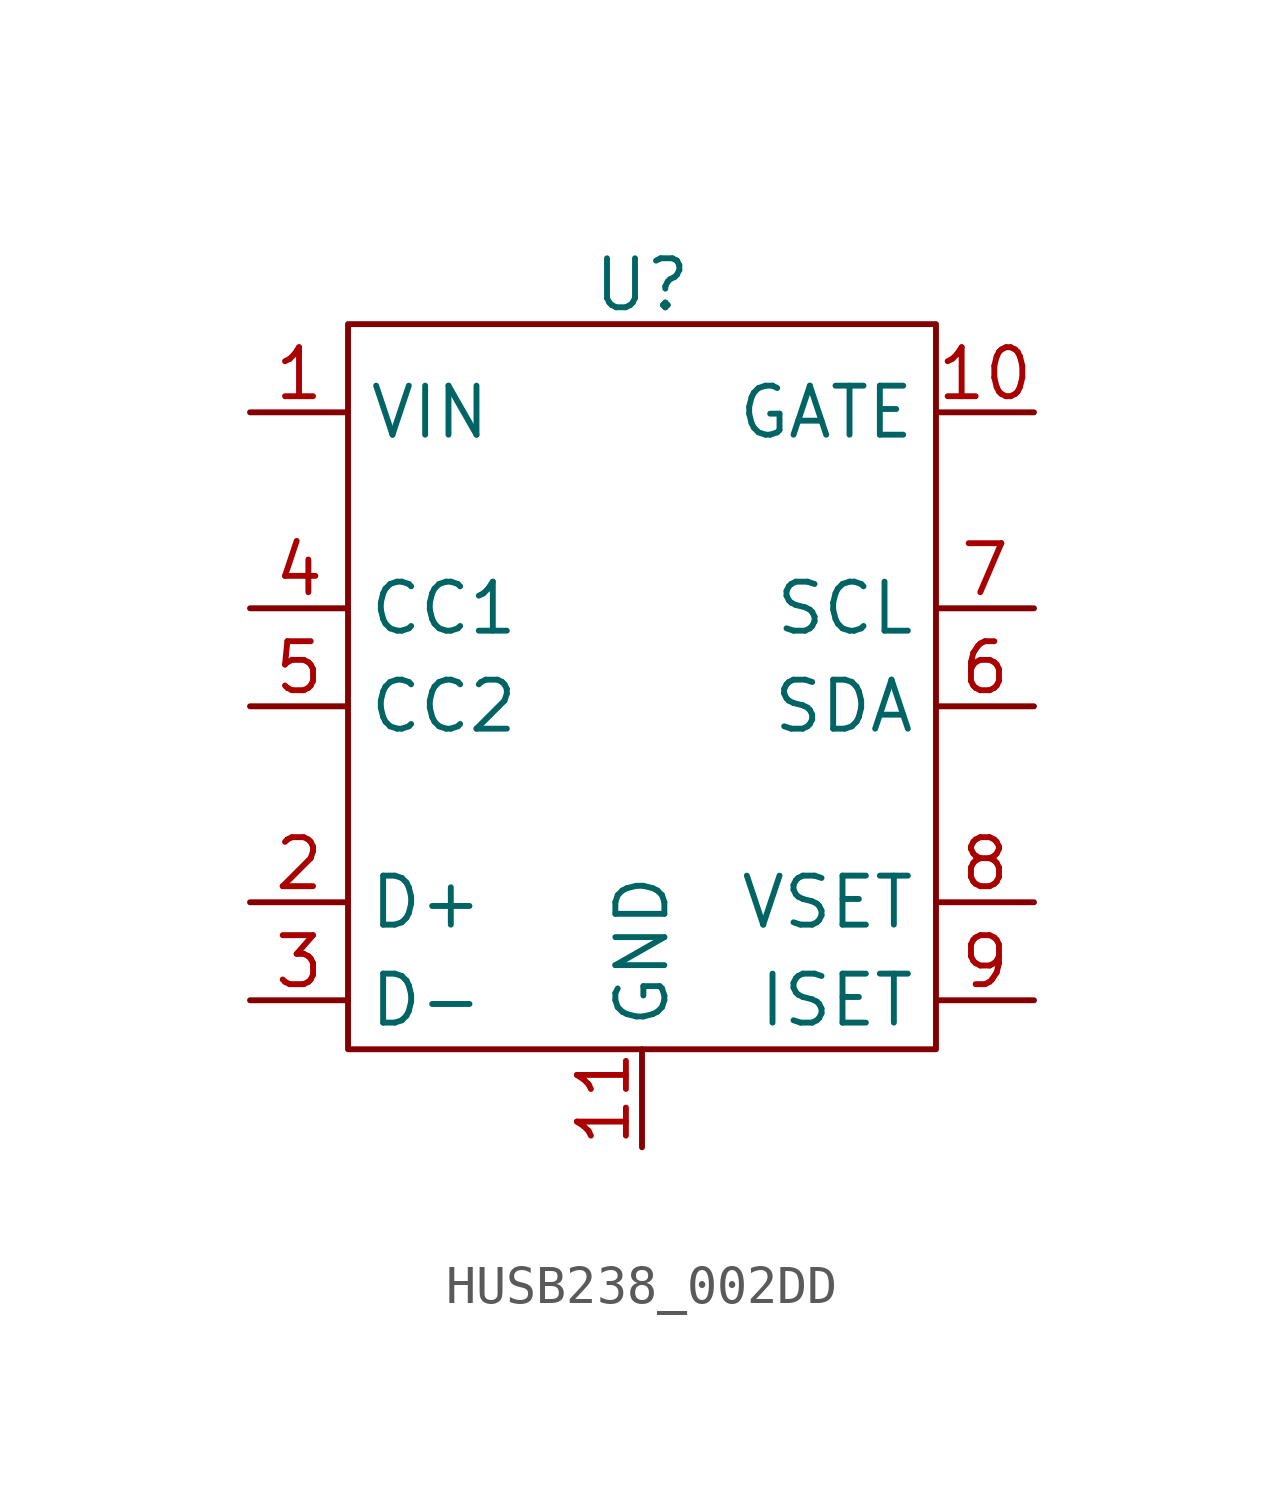
<source format=kicad_sym>
(kicad_symbol_lib
  (version 20241209)
  (generator "kicad_symbol_editor")
  (generator_version "9.0")
  (symbol "HUSB238_002DD"
    (property "Reference" "U"
      (at 0 9.652 0)
      (effects (font (size 1.27 1.27))))
    (property "Value" ""
      (at 0 0 0)
      (effects (font (size 1.27 1.27))))
    (symbol "HUSB238_002DD_0_1"
      (rectangle (start -7.62 8.636) (end 7.62 -10.16) (stroke (width 0) (type default)) (fill (type none))))
    (symbol "HUSB238_002DD_1_1"
      (pin input line (at -10.16 6.35 0) (length 2.54) (name "VIN" (effects (font (size 1.27 1.27)))) (number "1" (effects (font (size 1.27 1.27)))))
      (pin input line (at -10.16 1.27 0) (length 2.54) (name "CC1" (effects (font (size 1.27 1.27)))) (number "4" (effects (font (size 1.27 1.27)))))
      (pin input line (at -10.16 -1.27 0) (length 2.54) (name "CC2" (effects (font (size 1.27 1.27)))) (number "5" (effects (font (size 1.27 1.27)))))
      (pin input line (at -10.16 -6.35 0) (length 2.54) (name "D+" (effects (font (size 1.27 1.27)))) (number "2" (effects (font (size 1.27 1.27)))))
      (pin input line (at -10.16 -8.89 0) (length 2.54) (name "D-" (effects (font (size 1.27 1.27)))) (number "3" (effects (font (size 1.27 1.27)))))
      (pin input line (at 0 -12.7 90) (length 2.54) (name "GND" (effects (font (size 1.27 1.27)))) (number "11" (effects (font (size 1.27 1.27)))))
      (pin input line (at 10.16 6.35 180) (length 2.54) (name "GATE" (effects (font (size 1.27 1.27)))) (number "10" (effects (font (size 1.27 1.27)))))
      (pin input line (at 10.16 1.27 180) (length 2.54) (name "SCL" (effects (font (size 1.27 1.27)))) (number "7" (effects (font (size 1.27 1.27)))))
      (pin input line (at 10.16 -1.27 180) (length 2.54) (name "SDA" (effects (font (size 1.27 1.27)))) (number "6" (effects (font (size 1.27 1.27)))))
      (pin input line (at 10.16 -6.35 180) (length 2.54) (name "VSET" (effects (font (size 1.27 1.27)))) (number "8" (effects (font (size 1.27 1.27)))))
      (pin input line (at 10.16 -8.89 180) (length 2.54) (name "ISET" (effects (font (size 1.27 1.27)))) (number "9" (effects (font (size 1.27 1.27))))))))
</source>
